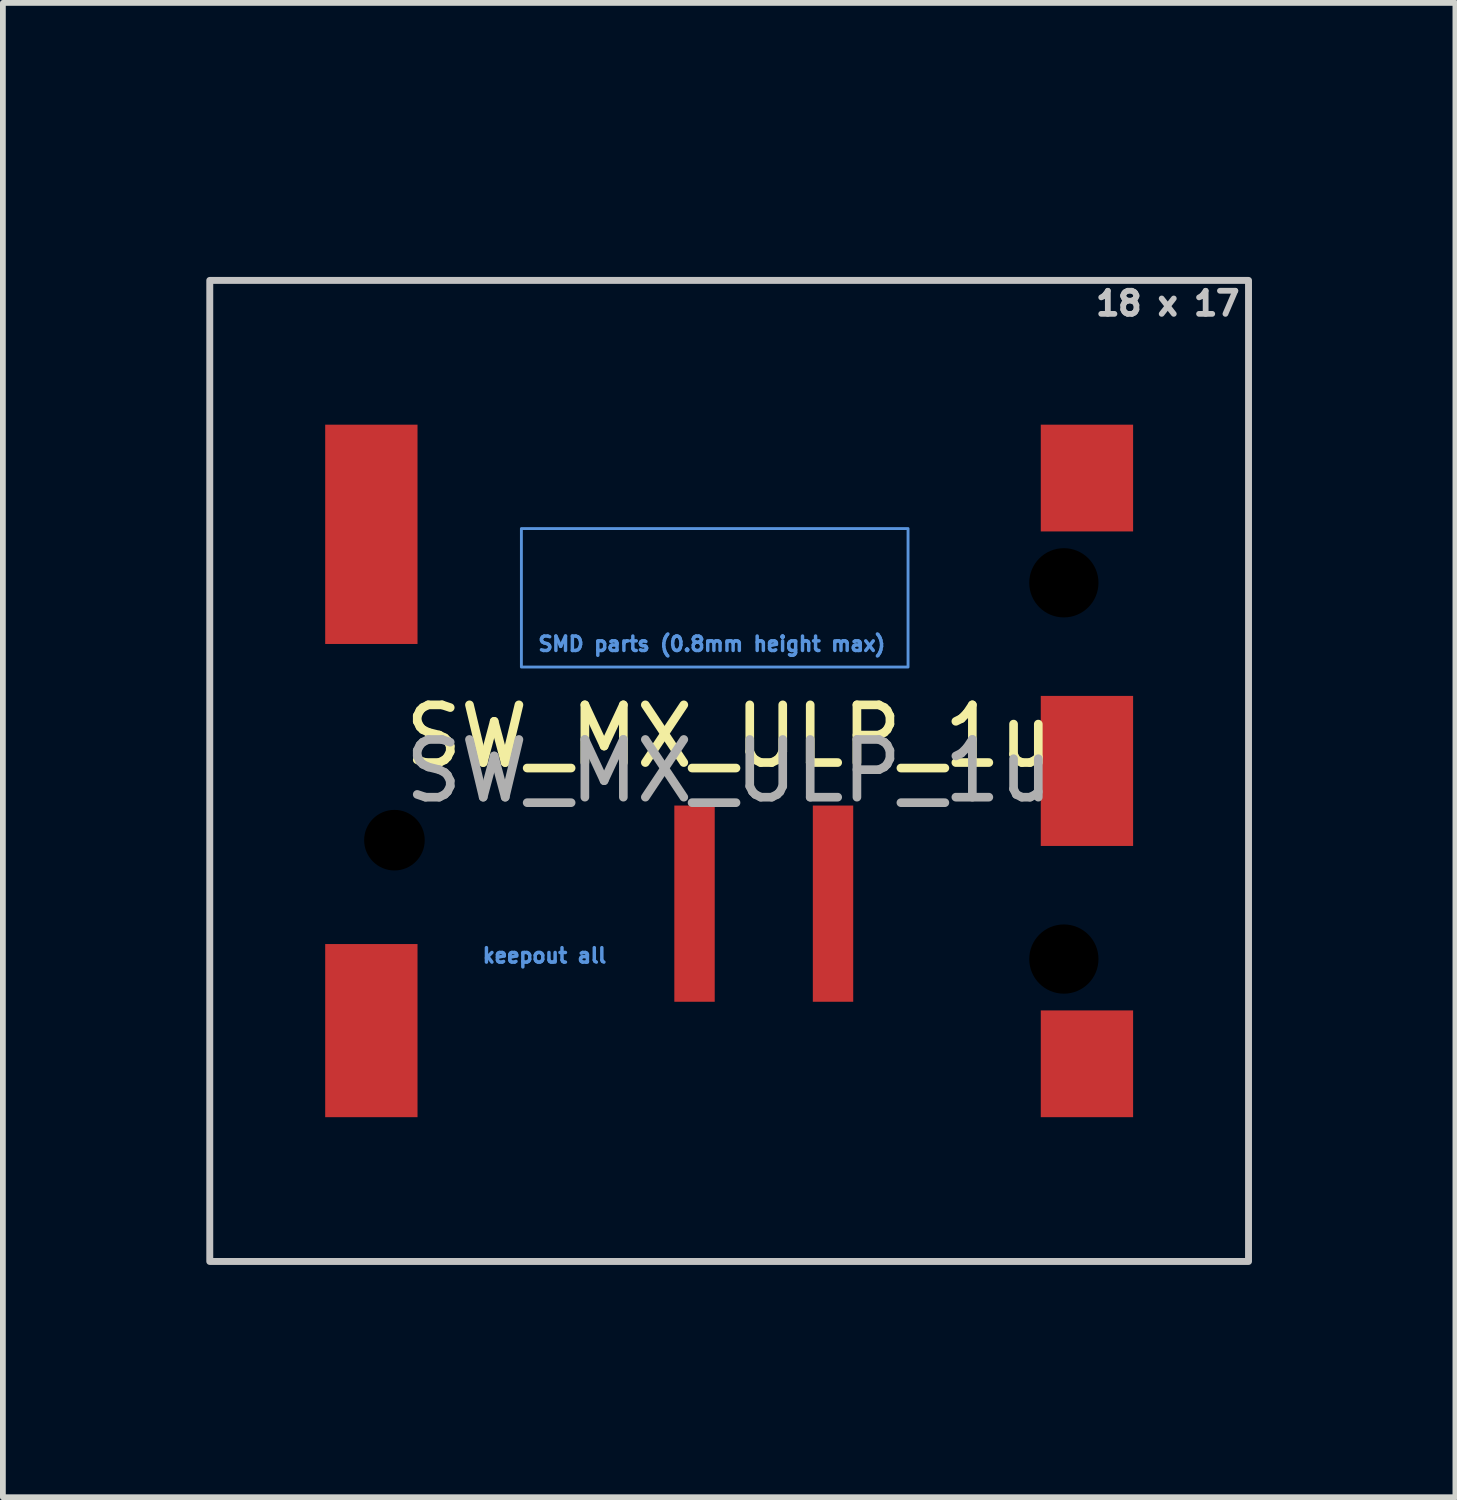
<source format=kicad_pcb>
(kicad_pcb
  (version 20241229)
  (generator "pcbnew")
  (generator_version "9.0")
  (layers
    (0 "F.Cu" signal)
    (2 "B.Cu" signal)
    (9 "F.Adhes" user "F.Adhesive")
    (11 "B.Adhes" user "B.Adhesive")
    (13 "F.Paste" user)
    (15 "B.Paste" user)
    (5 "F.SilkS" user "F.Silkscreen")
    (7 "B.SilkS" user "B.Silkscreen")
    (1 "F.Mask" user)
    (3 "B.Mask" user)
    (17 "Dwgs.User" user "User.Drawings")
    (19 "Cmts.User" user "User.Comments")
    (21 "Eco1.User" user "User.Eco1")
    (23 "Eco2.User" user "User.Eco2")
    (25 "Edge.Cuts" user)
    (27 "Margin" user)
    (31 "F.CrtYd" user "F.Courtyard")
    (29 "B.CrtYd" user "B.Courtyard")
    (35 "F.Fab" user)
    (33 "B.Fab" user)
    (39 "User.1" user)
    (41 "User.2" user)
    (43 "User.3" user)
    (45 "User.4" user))
  (footprint "SW_MX_ULP_1u"
    (layer "F.Cu")
    (at 9.585 10.309)
    (property "Reference" "SW_MX_ULP_1u" (at 0 -0.6 0) (unlocked yes) (layer "F.SilkS") (effects (font (size 1 1) (thickness 0.15))))
    (attr smd)
    (fp_rect (start -9 -8.5) (end 9 8.5) (stroke (width 0.12) (type solid)) (fill no) (layer "Dwgs.User"))
    (fp_rect (start -3.6 -4.2) (end 3.1 -1.8) (stroke (width 0.05) (type solid)) (fill no) (layer "Cmts.User"))
    (fp_rect (start -9.525 -9.525) (end 9.525 9.525) (stroke (width 0.12) (type solid)) (fill no) (layer "Eco1.User"))
    (fp_text user "18 x 17" (at 7.6 -8.1 0) (unlocked yes) (layer "Dwgs.User") (effects (font (size 0.4 0.4) (thickness 0.1))))
    (fp_text user "keepout all" (at -3.2 3.2 0) (unlocked yes) (layer "Cmts.User") (effects (font (size 0.25 0.25) (thickness 0.06))))
    (fp_text user "SMD parts (0.8mm height max)" (at -0.3 -2.2 0) (unlocked yes) (layer "Cmts.User") (effects (font (size 0.25 0.25) (thickness 0.06))))
    (fp_text user "19.05 x 19.05" (at 7.2 -9.9 0) (unlocked yes) (layer "Eco1.User") (effects (font (size 0.4 0.4) (thickness 0.1))))
    (fp_text user "${REFERENCE}" (at 0 0 0) (layer "F.Fab") (effects (font (size 1 1) (thickness 0.15))))
    (pad "" np_thru_hole circle (at -5.8 1.2) (size 1.05 1.05) (drill 1.05) (layers "*.Mask"))
    (pad "" np_thru_hole circle (at 5.8 -3.26) (size 1.2 1.2) (drill 1.2) (layers "*.Mask"))
    (pad "" np_thru_hole circle (at 5.8 3.26) (size 1.2 1.2) (drill 1.2) (layers "*.Mask"))
    (pad "1" smd rect (at -0.6 2.3) (size 0.7 3.4) (layers "F.Cu" "F.Mask" "F.Paste"))
    (pad "2" smd rect (at 1.8 2.3) (size 0.7 3.4) (layers "F.Cu" "F.Mask" "F.Paste"))
    (pad "MP" smd rect (at -6.2 -4.1) (size 1.6 3.8) (layers "F.Cu" "F.Mask" "F.Paste"))
    (pad "MP" smd rect (at -6.2 4.5) (size 1.6 3) (layers "F.Cu" "F.Mask" "F.Paste"))
    (pad "MP" smd rect (at 6.2 -5.075) (size 1.6 1.85) (layers "F.Cu" "F.Mask" "F.Paste"))
    (pad "MP" smd rect (at 6.2 0) (size 1.6 2.6) (layers "F.Cu" "F.Mask" "F.Paste"))
    (pad "MP" smd rect (at 6.2 5.075) (size 1.6 1.85) (layers "F.Cu" "F.Mask" "F.Paste"))
    (zone (net_name "") (layer "F.Cu") (hatch edge 0.508) (connect_pads) (min_thickness 0.254) (filled_areas_thickness no) (keepout (tracks not_allowed) (vias not_allowed) (pads not_allowed) (copperpour not_allowed) (footprints not_allowed)) (placement (enabled no)) (fill) (polygon (pts (xy 8.385 14.509) (xy 4.385 14.509) (xy 4.385 12.509) (xy 8.385 12.509)))))
  (gr_rect
    (start -3 -3)
    (end 22.17 22.895)
    (stroke (width 0.1) (type default))
    (fill no)
    (layer "Edge.Cuts")))
</source>
